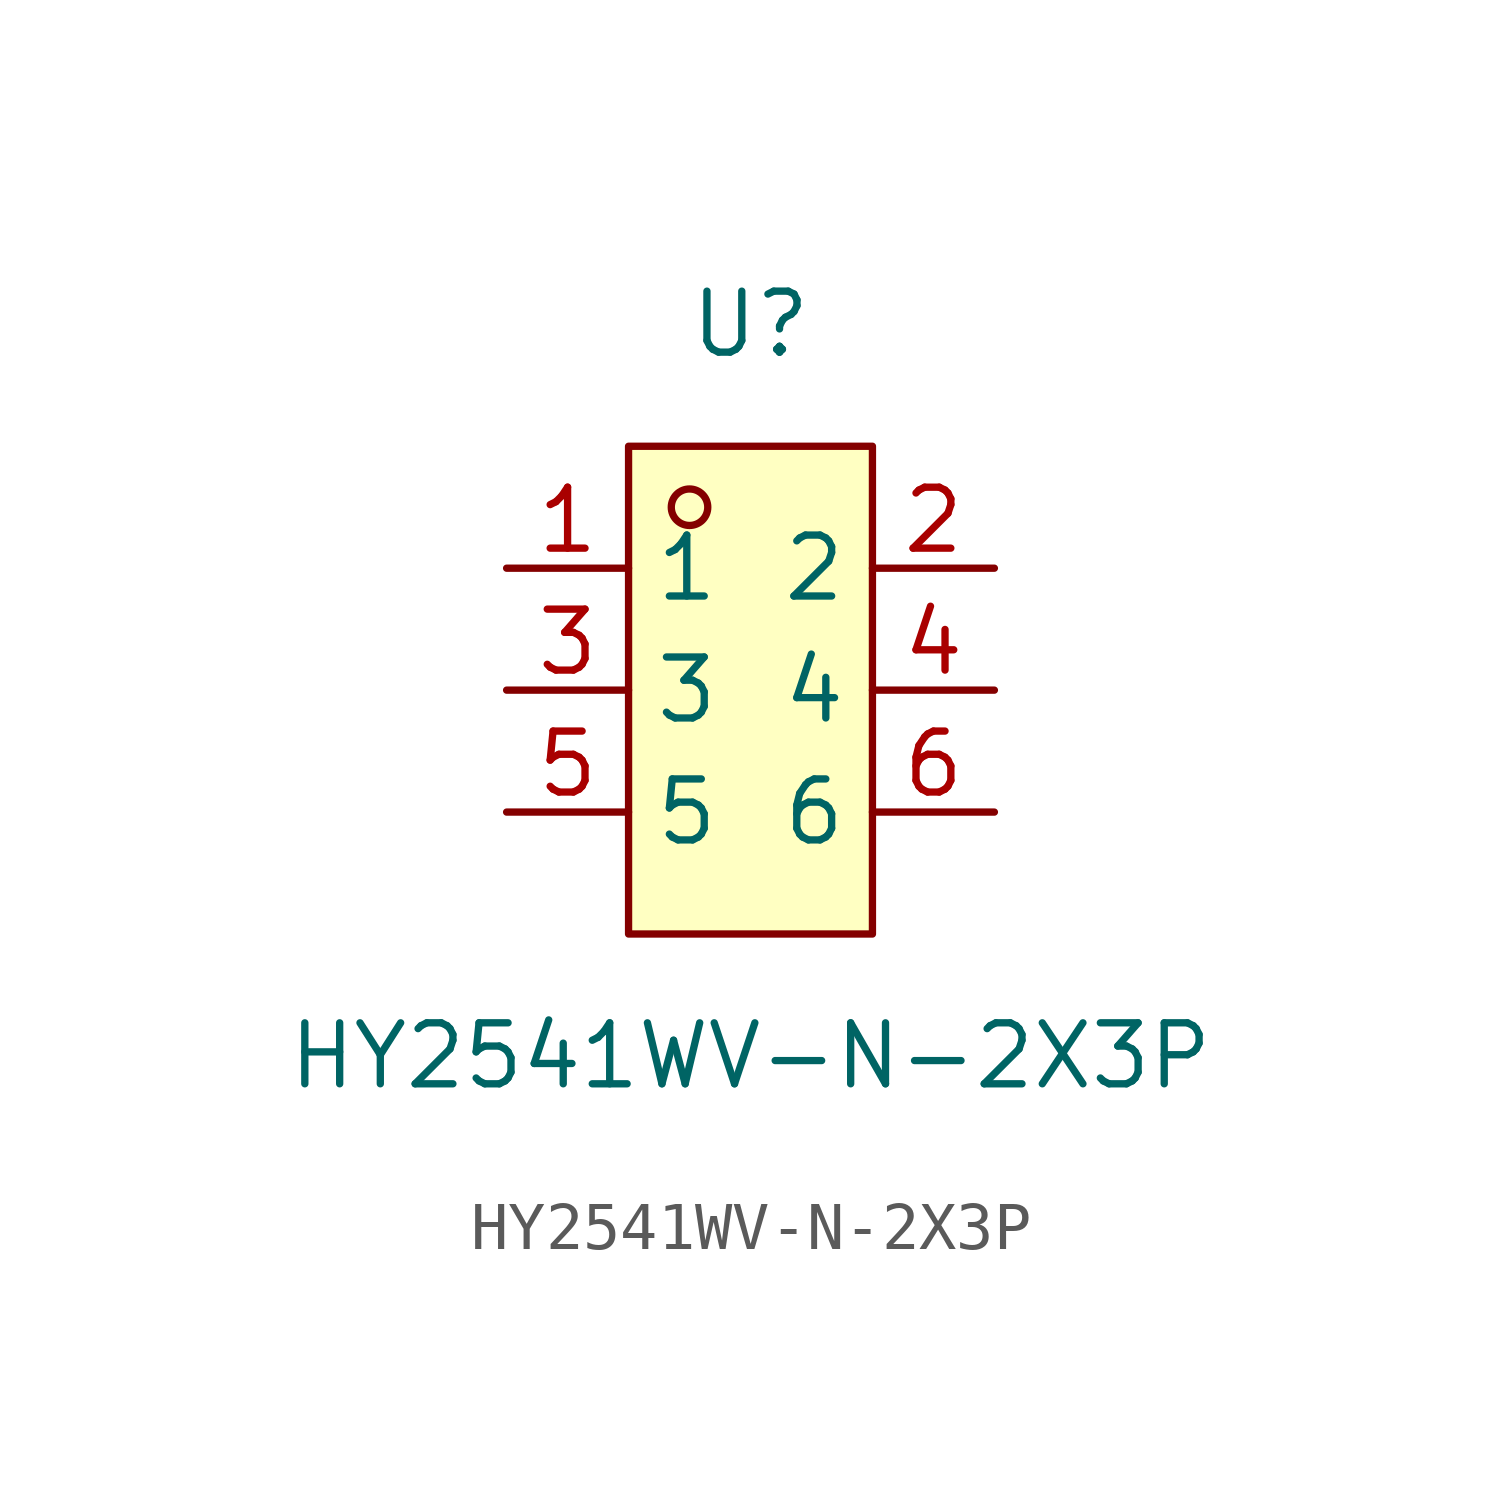
<source format=kicad_sym>
(kicad_symbol_lib
  (version 20211014)
  (generator https://github.com/uPesy/easyeda2kicad.py)
  (symbol "HY2541WV-N-2X3P"
    (property "Reference" "U"
      (at 0 7.62 0)
      (effects (font (size 1.27 1.27))))
    (property "Value" "HY2541WV-N-2X3P"
      (at 0 -7.62 0)
      (effects (font (size 1.27 1.27))))
    (symbol "HY2541WV-N-2X3P_0_1"
      (rectangle (start -2.54 5.08) (end 2.54 -5.08) (stroke (width 0) (type default) (color 0 0 0 0)) (fill (type background)))
      (circle (center -1.27 3.81) (radius 0.38) (stroke (width 0) (type default) (color 0 0 0 0)) (fill (type none)))
      (pin unspecified line (at -5.08 2.54 0) (length 2.54) (name "1" (effects (font (size 1.27 1.27)))) (number "1" (effects (font (size 1.27 1.27)))))
      (pin unspecified line (at 5.08 -2.54 180) (length 2.54) (name "6" (effects (font (size 1.27 1.27)))) (number "6" (effects (font (size 1.27 1.27)))))
      (pin unspecified line (at -5.08 -0.00 0) (length 2.54) (name "3" (effects (font (size 1.27 1.27)))) (number "3" (effects (font (size 1.27 1.27)))))
      (pin unspecified line (at 5.08 -0.00 180) (length 2.54) (name "4" (effects (font (size 1.27 1.27)))) (number "4" (effects (font (size 1.27 1.27)))))
      (pin unspecified line (at -5.08 -2.54 0) (length 2.54) (name "5" (effects (font (size 1.27 1.27)))) (number "5" (effects (font (size 1.27 1.27)))))
      (pin unspecified line (at 5.08 2.54 180) (length 2.54) (name "2" (effects (font (size 1.27 1.27)))) (number "2" (effects (font (size 1.27 1.27))))))))
</source>
